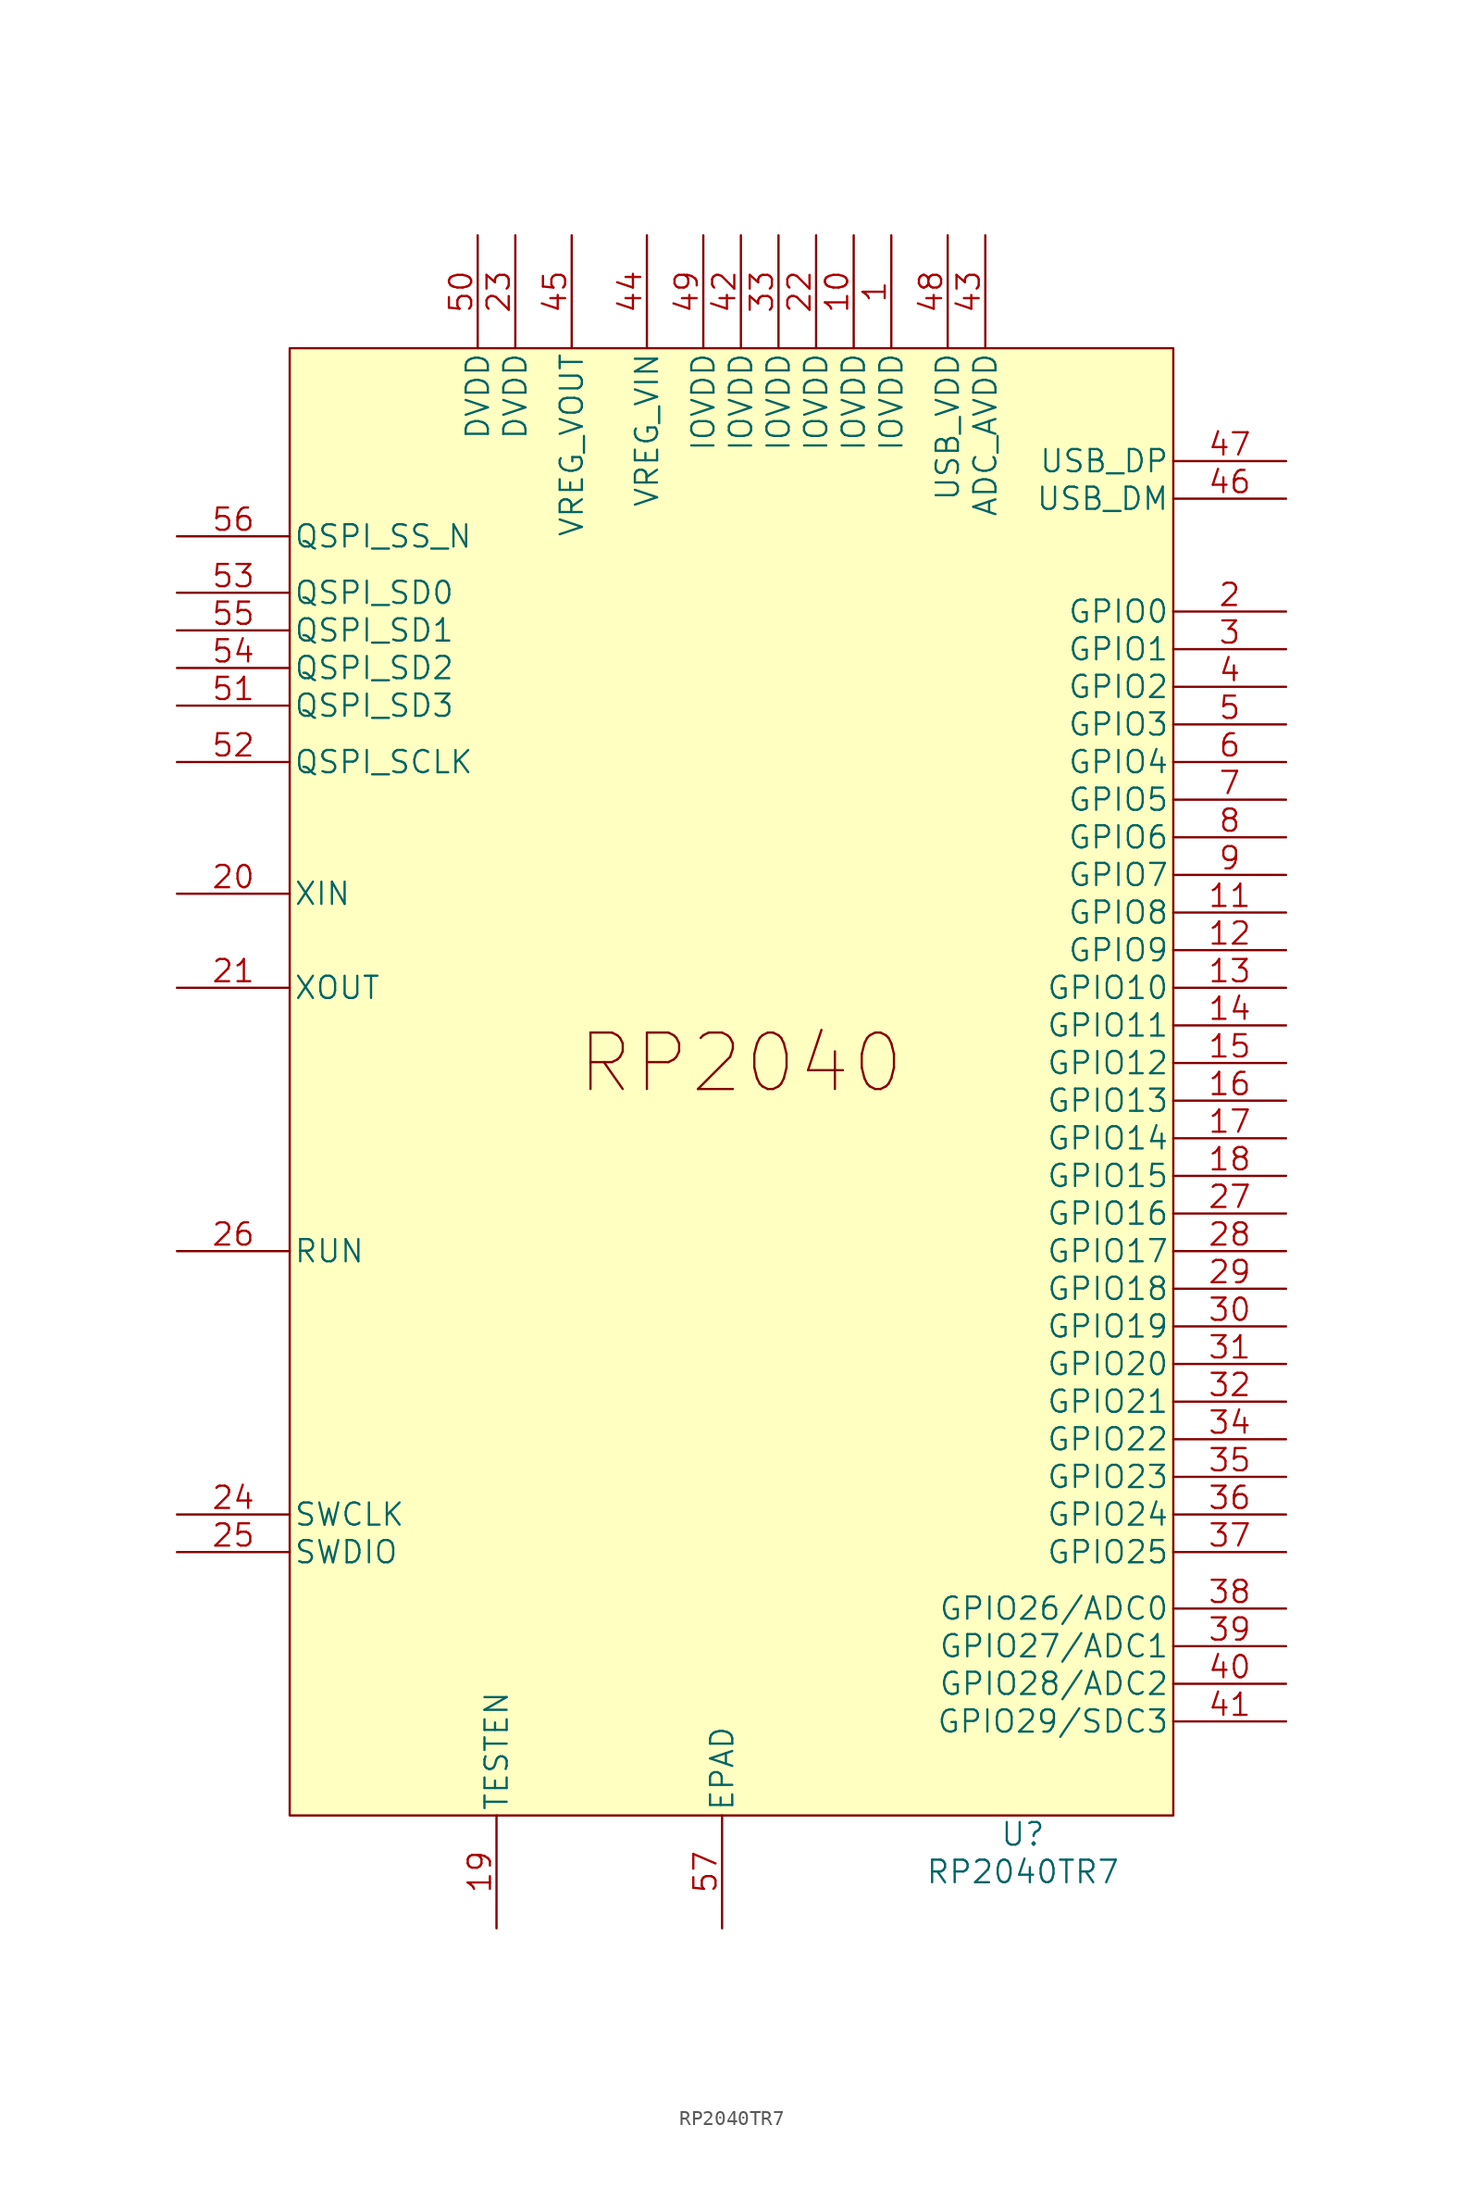
<source format=kicad_sym>
(kicad_symbol_lib
  (version 20211014)
  (generator kicad_symbol_editor)
  (symbol "RP2040TR7"
    (pin_names
      (offset 0.254))
    (property "Reference" "U"
      (at 49.53 -100.33 0)
      (effects (font (size 1.524 1.524))))
    (property "Value" "RP2040TR7"
      (at 49.53 -102.87 0)
      (effects (font (size 1.524 1.524))))
    (property "Datasheet" ""
      (at -7.62 -5.08 0)
      (effects (font (size 1.524 1.524))))
    (property "ki_locked" ""
      (at 0 0 0)
      (effects (font (size 1.27 1.27))))
    (symbol "RP2040TR7_0_0"
      (text "RP2040" (at 30.48 -48.26 0) (effects (font (size 3.81 3.81)))))
    (symbol "RP2040TR7_1_1"
      (rectangle (start 0 0) (end 59.69 -99.06) (stroke (width 0) (type default) (color 0 0 0 0)) (fill (type background)))
      (pin power_in line (at 40.64 7.62 270) (length 7.62) (name "IOVDD" (effects (font (size 1.499 1.499)))) (number "1" (effects (font (size 1.499 1.499)))))
      (pin power_in line (at 38.1 7.62 270) (length 7.62) (name "IOVDD" (effects (font (size 1.499 1.499)))) (number "10" (effects (font (size 1.499 1.499)))))
      (pin bidirectional line (at 67.31 -38.1 180) (length 7.62) (name "GPIO8" (effects (font (size 1.499 1.499)))) (number "11" (effects (font (size 1.499 1.499)))))
      (pin bidirectional line (at 67.31 -40.64 180) (length 7.62) (name "GPIO9" (effects (font (size 1.499 1.499)))) (number "12" (effects (font (size 1.499 1.499)))))
      (pin bidirectional line (at 67.31 -43.18 180) (length 7.62) (name "GPIO10" (effects (font (size 1.499 1.499)))) (number "13" (effects (font (size 1.499 1.499)))))
      (pin bidirectional line (at 67.31 -45.72 180) (length 7.62) (name "GPIO11" (effects (font (size 1.499 1.499)))) (number "14" (effects (font (size 1.499 1.499)))))
      (pin bidirectional line (at 67.31 -48.26 180) (length 7.62) (name "GPIO12" (effects (font (size 1.499 1.499)))) (number "15" (effects (font (size 1.499 1.499)))))
      (pin bidirectional line (at 67.31 -50.8 180) (length 7.62) (name "GPIO13" (effects (font (size 1.499 1.499)))) (number "16" (effects (font (size 1.499 1.499)))))
      (pin bidirectional line (at 67.31 -53.34 180) (length 7.62) (name "GPIO14" (effects (font (size 1.499 1.499)))) (number "17" (effects (font (size 1.499 1.499)))))
      (pin bidirectional line (at 67.31 -55.88 180) (length 7.62) (name "GPIO15" (effects (font (size 1.499 1.499)))) (number "18" (effects (font (size 1.499 1.499)))))
      (pin power_in line (at 13.97 -106.68 90) (length 7.62) (name "TESTEN" (effects (font (size 1.499 1.499)))) (number "19" (effects (font (size 1.499 1.499)))))
      (pin bidirectional line (at 67.31 -17.78 180) (length 7.62) (name "GPIO0" (effects (font (size 1.499 1.499)))) (number "2" (effects (font (size 1.499 1.499)))))
      (pin input line (at -7.62 -36.83 0) (length 7.62) (name "XIN" (effects (font (size 1.499 1.499)))) (number "20" (effects (font (size 1.499 1.499)))))
      (pin output line (at -7.62 -43.18 0) (length 7.62) (name "XOUT" (effects (font (size 1.499 1.499)))) (number "21" (effects (font (size 1.499 1.499)))))
      (pin power_in line (at 35.56 7.62 270) (length 7.62) (name "IOVDD" (effects (font (size 1.499 1.499)))) (number "22" (effects (font (size 1.499 1.499)))))
      (pin power_in line (at 15.24 7.62 270) (length 7.62) (name "DVDD" (effects (font (size 1.499 1.499)))) (number "23" (effects (font (size 1.499 1.499)))))
      (pin unspecified line (at -7.62 -78.74 0) (length 7.62) (name "SWCLK" (effects (font (size 1.499 1.499)))) (number "24" (effects (font (size 1.499 1.499)))))
      (pin bidirectional line (at -7.62 -81.28 0) (length 7.62) (name "SWDIO" (effects (font (size 1.499 1.499)))) (number "25" (effects (font (size 1.499 1.499)))))
      (pin unspecified line (at -7.62 -60.96 0) (length 7.62) (name "RUN" (effects (font (size 1.499 1.499)))) (number "26" (effects (font (size 1.499 1.499)))))
      (pin bidirectional line (at 67.31 -58.42 180) (length 7.62) (name "GPIO16" (effects (font (size 1.499 1.499)))) (number "27" (effects (font (size 1.499 1.499)))))
      (pin bidirectional line (at 67.31 -60.96 180) (length 7.62) (name "GPIO17" (effects (font (size 1.499 1.499)))) (number "28" (effects (font (size 1.499 1.499)))))
      (pin bidirectional line (at 67.31 -63.5 180) (length 7.62) (name "GPIO18" (effects (font (size 1.499 1.499)))) (number "29" (effects (font (size 1.499 1.499)))))
      (pin bidirectional line (at 67.31 -20.32 180) (length 7.62) (name "GPIO1" (effects (font (size 1.499 1.499)))) (number "3" (effects (font (size 1.499 1.499)))))
      (pin bidirectional line (at 67.31 -66.04 180) (length 7.62) (name "GPIO19" (effects (font (size 1.499 1.499)))) (number "30" (effects (font (size 1.499 1.499)))))
      (pin bidirectional line (at 67.31 -68.58 180) (length 7.62) (name "GPIO20" (effects (font (size 1.499 1.499)))) (number "31" (effects (font (size 1.499 1.499)))))
      (pin bidirectional line (at 67.31 -71.12 180) (length 7.62) (name "GPIO21" (effects (font (size 1.499 1.499)))) (number "32" (effects (font (size 1.499 1.499)))))
      (pin power_in line (at 33.02 7.62 270) (length 7.62) (name "IOVDD" (effects (font (size 1.499 1.499)))) (number "33" (effects (font (size 1.499 1.499)))))
      (pin bidirectional line (at 67.31 -73.66 180) (length 7.62) (name "GPIO22" (effects (font (size 1.499 1.499)))) (number "34" (effects (font (size 1.499 1.499)))))
      (pin bidirectional line (at 67.31 -76.2 180) (length 7.62) (name "GPIO23" (effects (font (size 1.499 1.499)))) (number "35" (effects (font (size 1.499 1.499)))))
      (pin bidirectional line (at 67.31 -78.74 180) (length 7.62) (name "GPIO24" (effects (font (size 1.499 1.499)))) (number "36" (effects (font (size 1.499 1.499)))))
      (pin bidirectional line (at 67.31 -81.28 180) (length 7.62) (name "GPIO25" (effects (font (size 1.499 1.499)))) (number "37" (effects (font (size 1.499 1.499)))))
      (pin bidirectional line (at 67.31 -85.09 180) (length 7.62) (name "GPIO26/ADC0" (effects (font (size 1.499 1.499)))) (number "38" (effects (font (size 1.499 1.499)))))
      (pin bidirectional line (at 67.31 -87.63 180) (length 7.62) (name "GPIO27/ADC1" (effects (font (size 1.499 1.499)))) (number "39" (effects (font (size 1.499 1.499)))))
      (pin bidirectional line (at 67.31 -22.86 180) (length 7.62) (name "GPIO2" (effects (font (size 1.499 1.499)))) (number "4" (effects (font (size 1.499 1.499)))))
      (pin bidirectional line (at 67.31 -90.17 180) (length 7.62) (name "GPIO28/ADC2" (effects (font (size 1.499 1.499)))) (number "40" (effects (font (size 1.499 1.499)))))
      (pin bidirectional line (at 67.31 -92.71 180) (length 7.62) (name "GPIO29/SDC3" (effects (font (size 1.499 1.499)))) (number "41" (effects (font (size 1.499 1.499)))))
      (pin power_in line (at 30.48 7.62 270) (length 7.62) (name "IOVDD" (effects (font (size 1.499 1.499)))) (number "42" (effects (font (size 1.499 1.499)))))
      (pin power_in line (at 46.99 7.62 270) (length 7.62) (name "ADC_AVDD" (effects (font (size 1.499 1.499)))) (number "43" (effects (font (size 1.499 1.499)))))
      (pin power_in line (at 24.13 7.62 270) (length 7.62) (name "VREG_VIN" (effects (font (size 1.499 1.499)))) (number "44" (effects (font (size 1.499 1.499)))))
      (pin power_in line (at 19.05 7.62 270) (length 7.62) (name "VREG_VOUT" (effects (font (size 1.499 1.499)))) (number "45" (effects (font (size 1.499 1.499)))))
      (pin unspecified line (at 67.31 -10.16 180) (length 7.62) (name "USB_DM" (effects (font (size 1.499 1.499)))) (number "46" (effects (font (size 1.499 1.499)))))
      (pin unspecified line (at 67.31 -7.62 180) (length 7.62) (name "USB_DP" (effects (font (size 1.499 1.499)))) (number "47" (effects (font (size 1.499 1.499)))))
      (pin power_in line (at 44.45 7.62 270) (length 7.62) (name "USB_VDD" (effects (font (size 1.499 1.499)))) (number "48" (effects (font (size 1.499 1.499)))))
      (pin power_in line (at 27.94 7.62 270) (length 7.62) (name "IOVDD" (effects (font (size 1.499 1.499)))) (number "49" (effects (font (size 1.499 1.499)))))
      (pin bidirectional line (at 67.31 -25.4 180) (length 7.62) (name "GPIO3" (effects (font (size 1.499 1.499)))) (number "5" (effects (font (size 1.499 1.499)))))
      (pin power_in line (at 12.7 7.62 270) (length 7.62) (name "DVDD" (effects (font (size 1.499 1.499)))) (number "50" (effects (font (size 1.499 1.499)))))
      (pin bidirectional line (at -7.62 -24.13 0) (length 7.62) (name "QSPI_SD3" (effects (font (size 1.499 1.499)))) (number "51" (effects (font (size 1.499 1.499)))))
      (pin bidirectional line (at -7.62 -27.94 0) (length 7.62) (name "QSPI_SCLK" (effects (font (size 1.499 1.499)))) (number "52" (effects (font (size 1.499 1.499)))))
      (pin bidirectional line (at -7.62 -16.51 0) (length 7.62) (name "QSPI_SD0" (effects (font (size 1.499 1.499)))) (number "53" (effects (font (size 1.499 1.499)))))
      (pin bidirectional line (at -7.62 -21.59 0) (length 7.62) (name "QSPI_SD2" (effects (font (size 1.499 1.499)))) (number "54" (effects (font (size 1.499 1.499)))))
      (pin bidirectional line (at -7.62 -19.05 0) (length 7.62) (name "QSPI_SD1" (effects (font (size 1.499 1.499)))) (number "55" (effects (font (size 1.499 1.499)))))
      (pin bidirectional line (at -7.62 -12.7 0) (length 7.62) (name "QSPI_SS_N" (effects (font (size 1.499 1.499)))) (number "56" (effects (font (size 1.499 1.499)))))
      (pin power_in line (at 29.21 -106.68 90) (length 7.62) (name "EPAD" (effects (font (size 1.499 1.499)))) (number "57" (effects (font (size 1.499 1.499)))))
      (pin bidirectional line (at 67.31 -27.94 180) (length 7.62) (name "GPIO4" (effects (font (size 1.499 1.499)))) (number "6" (effects (font (size 1.499 1.499)))))
      (pin bidirectional line (at 67.31 -30.48 180) (length 7.62) (name "GPIO5" (effects (font (size 1.499 1.499)))) (number "7" (effects (font (size 1.499 1.499)))))
      (pin bidirectional line (at 67.31 -33.02 180) (length 7.62) (name "GPIO6" (effects (font (size 1.499 1.499)))) (number "8" (effects (font (size 1.499 1.499)))))
      (pin bidirectional line (at 67.31 -35.56 180) (length 7.62) (name "GPIO7" (effects (font (size 1.499 1.499)))) (number "9" (effects (font (size 1.499 1.499))))))))
</source>
